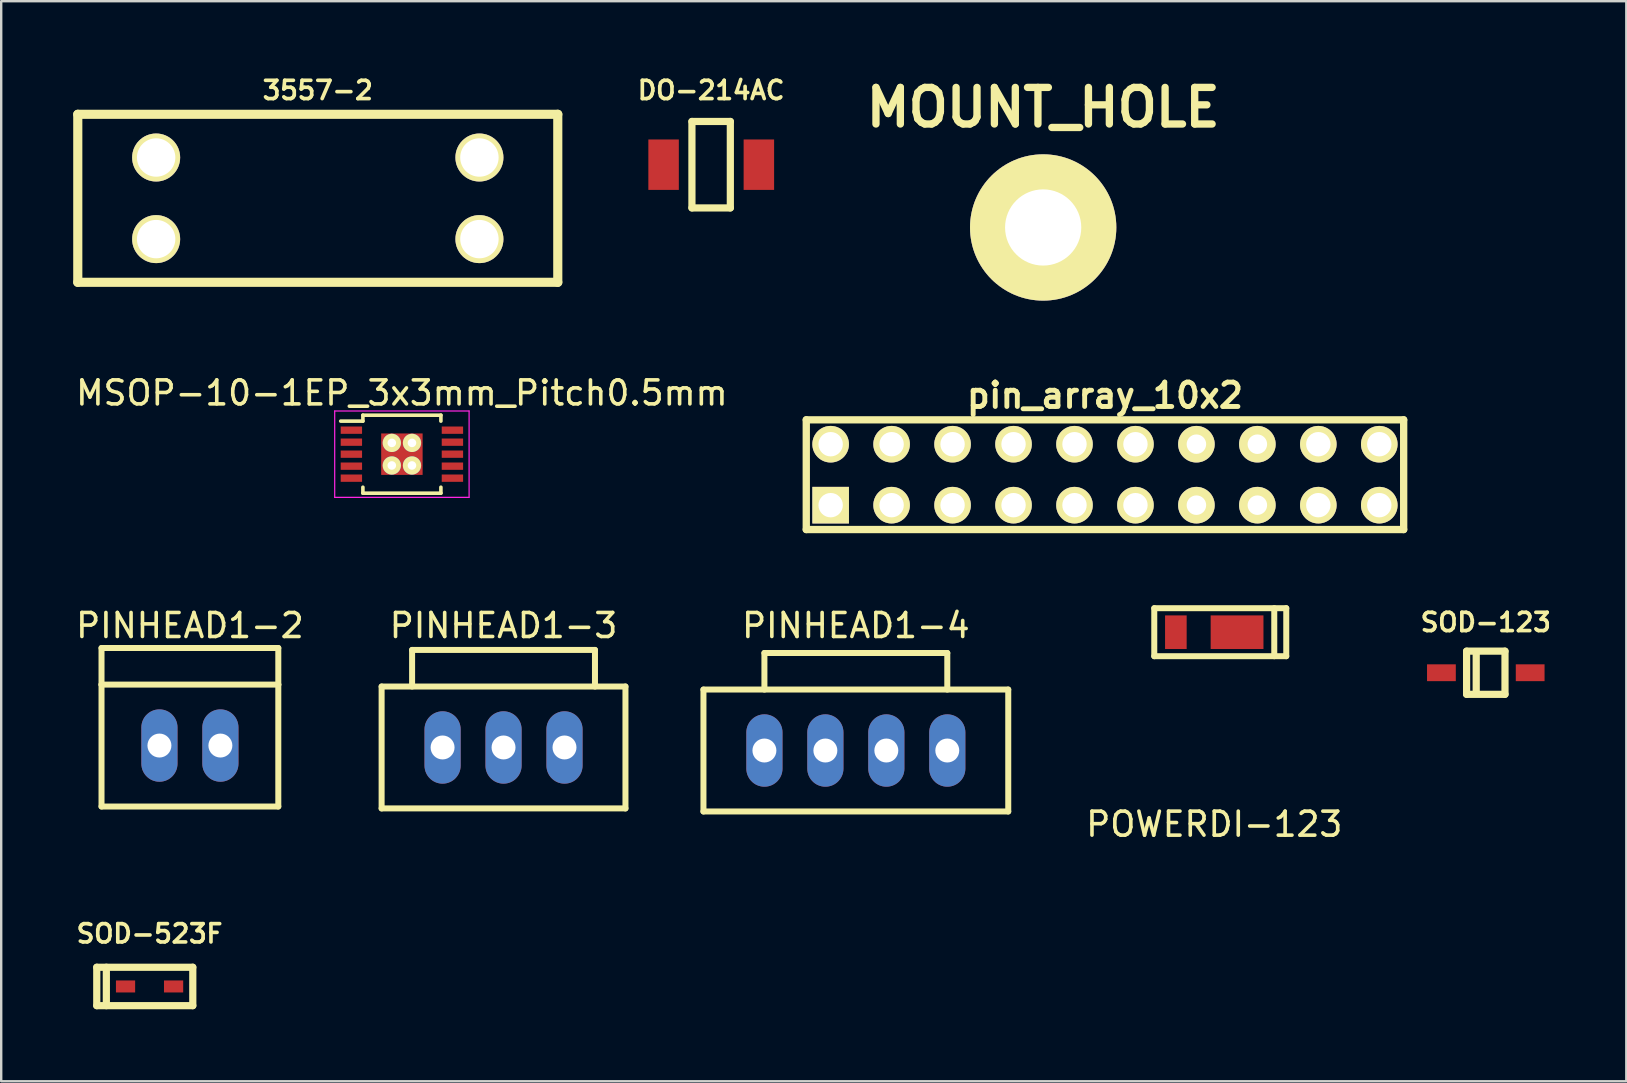
<source format=kicad_pcb>
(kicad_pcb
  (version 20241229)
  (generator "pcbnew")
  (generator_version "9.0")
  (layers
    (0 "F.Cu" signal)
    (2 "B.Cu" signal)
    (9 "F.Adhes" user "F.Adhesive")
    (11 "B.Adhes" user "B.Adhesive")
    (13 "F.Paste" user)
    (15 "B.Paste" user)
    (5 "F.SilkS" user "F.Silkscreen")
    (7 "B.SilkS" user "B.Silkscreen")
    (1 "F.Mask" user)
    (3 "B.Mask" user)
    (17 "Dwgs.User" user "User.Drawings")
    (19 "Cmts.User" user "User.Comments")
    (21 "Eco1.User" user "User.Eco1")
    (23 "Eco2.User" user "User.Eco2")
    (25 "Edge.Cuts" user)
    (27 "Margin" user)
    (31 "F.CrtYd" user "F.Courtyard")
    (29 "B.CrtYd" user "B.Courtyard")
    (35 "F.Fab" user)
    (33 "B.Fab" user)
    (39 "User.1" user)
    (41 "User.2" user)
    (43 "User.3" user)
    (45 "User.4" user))
  (footprint "pin_array_10x2"
    (layer "F.Cu")
    (at 42.991 16.729)
    (property "Reference" "pin_array_10x2" (at 0 -3.302 0) (layer "F.SilkS") (effects (font (size 1.016 1.016) (thickness 0.203))))
    (attr through_hole)
    (fp_line (start -12.446 2.286) (end -12.446 -2.286) (stroke (width 0.305) (type solid)) (layer "F.SilkS"))
    (fp_line (start 12.446 -2.286) (end -12.446 -2.286) (stroke (width 0.305) (type solid)) (layer "F.SilkS"))
    (fp_line (start 12.446 -2.286) (end 12.446 2.286) (stroke (width 0.305) (type solid)) (layer "F.SilkS"))
    (fp_line (start 12.446 2.286) (end -12.446 2.286) (stroke (width 0.305) (type solid)) (layer "F.SilkS"))
    (pad "1" thru_hole rect (at -11.43 1.27) (size 1.524 1.524) (drill 1.016) (layers "*.Cu" "*.Mask" "F.SilkS"))
    (pad "2" thru_hole circle (at -11.43 -1.27) (size 1.524 1.524) (drill 1.016) (layers "*.Cu" "*.Mask" "F.SilkS"))
    (pad "3" thru_hole circle (at -8.89 1.27) (size 1.524 1.524) (drill 1.016) (layers "*.Cu" "*.Mask" "F.SilkS"))
    (pad "4" thru_hole circle (at -8.89 -1.27) (size 1.524 1.524) (drill 1.016) (layers "*.Cu" "*.Mask" "F.SilkS"))
    (pad "5" thru_hole circle (at -6.35 1.27) (size 1.524 1.524) (drill 1.016) (layers "*.Cu" "*.Mask" "F.SilkS"))
    (pad "6" thru_hole circle (at -6.35 -1.27) (size 1.524 1.524) (drill 1.016) (layers "*.Cu" "*.Mask" "F.SilkS"))
    (pad "7" thru_hole circle (at -3.81 1.27) (size 1.524 1.524) (drill 1.016) (layers "*.Cu" "*.Mask" "F.SilkS"))
    (pad "8" thru_hole circle (at -3.81 -1.27) (size 1.524 1.524) (drill 1.016) (layers "*.Cu" "*.Mask" "F.SilkS"))
    (pad "9" thru_hole circle (at -1.27 1.27) (size 1.524 1.524) (drill 1.016) (layers "*.Cu" "*.Mask" "F.SilkS"))
    (pad "10" thru_hole circle (at -1.27 -1.27) (size 1.524 1.524) (drill 1.016) (layers "*.Cu" "*.Mask" "F.SilkS"))
    (pad "11" thru_hole circle (at 1.27 1.27) (size 1.524 1.524) (drill 1.016) (layers "*.Cu" "*.Mask" "F.SilkS"))
    (pad "12" thru_hole circle (at 1.27 -1.27) (size 1.524 1.524) (drill 1.016) (layers "*.Cu" "*.Mask" "F.SilkS"))
    (pad "13" thru_hole circle (at 3.81 1.27) (size 1.524 1.524) (drill 0.813) (layers "*.Cu" "*.Mask" "F.SilkS"))
    (pad "14" thru_hole circle (at 3.81 -1.27) (size 1.524 1.524) (drill 0.813) (layers "*.Cu" "*.Mask" "F.SilkS"))
    (pad "15" thru_hole circle (at 6.35 1.27) (size 1.524 1.524) (drill 0.813) (layers "*.Cu" "*.Mask" "F.SilkS"))
    (pad "16" thru_hole circle (at 6.35 -1.27) (size 1.524 1.524) (drill 0.813) (layers "*.Cu" "*.Mask" "F.SilkS"))
    (pad "17" thru_hole circle (at 8.89 1.27) (size 1.524 1.524) (drill 1.016) (layers "*.Cu" "*.Mask" "F.SilkS"))
    (pad "18" thru_hole circle (at 8.89 -1.27) (size 1.524 1.524) (drill 1.016) (layers "*.Cu" "*.Mask" "F.SilkS"))
    (pad "19" thru_hole circle (at 11.43 1.27) (size 1.524 1.524) (drill 1.016) (layers "*.Cu" "*.Mask" "F.SilkS"))
    (pad "20" thru_hole circle (at 11.43 -1.27) (size 1.524 1.524) (drill 1.016) (layers "*.Cu" "*.Mask" "F.SilkS")))
  (footprint "PINHEAD1-3"
    (layer "F.Cu")
    (at 17.931 28.095)
    (property "Reference" "PINHEAD1-3" (at 0 -5.08 0) (layer "F.SilkS") (effects (font (size 1 1) (thickness 0.15))))
    (attr exclude_from_pos_files exclude_from_bom)
    (fp_line (start -5.08 -2.54) (end -5.08 2.54) (stroke (width 0.25) (type solid)) (layer "F.SilkS"))
    (fp_line (start -5.08 2.54) (end 5.08 2.54) (stroke (width 0.25) (type solid)) (layer "F.SilkS"))
    (fp_line (start -3.81 -4.064) (end 3.81 -4.064) (stroke (width 0.25) (type solid)) (layer "F.SilkS"))
    (fp_line (start -3.81 -2.54) (end -3.81 -4.064) (stroke (width 0.25) (type solid)) (layer "F.SilkS"))
    (fp_line (start 3.81 -4.064) (end 3.81 -2.54) (stroke (width 0.25) (type solid)) (layer "F.SilkS"))
    (fp_line (start 5.08 -2.54) (end -5.08 -2.54) (stroke (width 0.25) (type solid)) (layer "F.SilkS"))
    (fp_line (start 5.08 2.54) (end 5.08 -2.54) (stroke (width 0.25) (type solid)) (layer "F.SilkS"))
    (pad "1" thru_hole oval (at -2.54 0) (size 1.506 3.015) (drill 0.998) (layers "*.Cu" "*.Mask"))
    (pad "2" thru_hole oval (at 0 0) (size 1.506 3.015) (drill 0.998) (layers "*.Cu" "*.Mask"))
    (pad "3" thru_hole oval (at 2.54 0) (size 1.506 3.015) (drill 0.998) (layers "*.Cu" "*.Mask")))
  (footprint "DO-214AC"
    (layer "F.Cu")
    (at 26.581 3.812)
    (property "Reference" "DO-214AC" (at 0 -3.099 0) (layer "F.SilkS") (effects (font (size 0.762 0.762) (thickness 0.152))))
    (attr smd)
    (fp_line (start -0.8 -1.801) (end -0.8 1.801) (stroke (width 0.3) (type solid)) (layer "F.SilkS"))
    (fp_line (start -0.8 1.801) (end 0.8 1.801) (stroke (width 0.3) (type solid)) (layer "F.SilkS"))
    (fp_line (start 0.8 -1.801) (end -0.8 -1.801) (stroke (width 0.3) (type solid)) (layer "F.SilkS"))
    (fp_line (start 0.8 1.801) (end 0.8 -1.801) (stroke (width 0.3) (type solid)) (layer "F.SilkS"))
    (pad "1" smd rect (at -1.981 0) (size 1.27 2.101) (layers "F.Cu" "F.Mask" "F.Paste"))
    (pad "2" smd rect (at 1.989 0) (size 1.27 2.101) (layers "F.Cu" "F.Mask" "F.Paste")))
  (footprint "SOD-123"
    (layer "F.Cu")
    (at 58.859 24.981)
    (property "Reference" "SOD-123" (at 0 -2.101 0) (layer "F.SilkS") (effects (font (size 0.762 0.762) (thickness 0.152))))
    (attr smd)
    (fp_line (start -0.8 -0.899) (end -0.8 0.899) (stroke (width 0.3) (type solid)) (layer "F.SilkS"))
    (fp_line (start -0.8 0.899) (end 0.8 0.899) (stroke (width 0.3) (type solid)) (layer "F.SilkS"))
    (fp_line (start -0.399 -0.8) (end -0.399 0.8) (stroke (width 0.3) (type solid)) (layer "F.SilkS"))
    (fp_line (start 0.8 -0.899) (end -0.8 -0.899) (stroke (width 0.3) (type solid)) (layer "F.SilkS"))
    (fp_line (start 0.8 0.899) (end 0.8 -0.899) (stroke (width 0.3) (type solid)) (layer "F.SilkS"))
    (pad "1" smd rect (at 1.849 0) (size 1.199 0.701) (layers "F.Cu" "F.Mask" "F.Paste"))
    (pad "2" smd rect (at -1.849 0) (size 1.199 0.701) (layers "F.Cu" "F.Mask" "F.Paste")))
  (footprint "MOUNT_HOLE"
    (layer "F.Cu")
    (at 40.416 6.428)
    (property "Reference" "MOUNT_HOLE" (at 0 -5.001 0) (layer "F.SilkS") (effects (font (size 1.524 1.524) (thickness 0.305))))
    (attr through_hole)
    (pad "1" thru_hole circle (at 0 0) (size 6.096 6.096) (drill 3.175) (layers "*.Cu" "*.Mask" "F.SilkS")))
  (footprint "POWERDI-123"
    (layer "F.Cu")
    (at 47.545 23.292)
    (property "Reference" "POWERDI-123" (at 0 8 0) (layer "F.SilkS") (effects (font (size 1 1) (thickness 0.15))))
    (attr through_hole)
    (fp_line (start -2.5 1) (end -2.5 -1) (stroke (width 0.25) (type solid)) (layer "F.SilkS"))
    (fp_line (start -2.5 1) (end 3 1) (stroke (width 0.25) (type solid)) (layer "F.SilkS"))
    (fp_line (start 2.5 1) (end 2.5 -1) (stroke (width 0.25) (type solid)) (layer "F.SilkS"))
    (fp_line (start 3 -1) (end -2.5 -1) (stroke (width 0.25) (type solid)) (layer "F.SilkS"))
    (fp_line (start 3 -1) (end 3 1) (stroke (width 0.25) (type solid)) (layer "F.SilkS"))
    (pad "1" smd rect (at -1.6 0) (size 0.9 1.4) (layers "F.Cu" "F.Mask" "F.Paste"))
    (pad "2" smd rect (at 0.95 0) (size 2.2 1.4) (layers "F.Cu" "F.Mask" "F.Paste")))
  (footprint "PINHEAD1-4"
    (layer "F.Cu")
    (at 32.611 28.222)
    (property "Reference" "PINHEAD1-4" (at 0 -5.207 0) (layer "F.SilkS") (effects (font (size 1 1) (thickness 0.15))))
    (attr exclude_from_pos_files exclude_from_bom)
    (fp_line (start -6.35 -2.54) (end -6.35 2.54) (stroke (width 0.25) (type solid)) (layer "F.SilkS"))
    (fp_line (start -6.35 2.54) (end 6.35 2.54) (stroke (width 0.25) (type solid)) (layer "F.SilkS"))
    (fp_line (start -3.81 -4.064) (end 3.81 -4.064) (stroke (width 0.25) (type solid)) (layer "F.SilkS"))
    (fp_line (start -3.81 -2.54) (end -3.81 -4.064) (stroke (width 0.25) (type solid)) (layer "F.SilkS"))
    (fp_line (start 3.81 -4.064) (end 3.81 -2.54) (stroke (width 0.25) (type solid)) (layer "F.SilkS"))
    (fp_line (start 6.35 -2.54) (end -6.35 -2.54) (stroke (width 0.25) (type solid)) (layer "F.SilkS"))
    (fp_line (start 6.35 2.54) (end 6.35 -2.54) (stroke (width 0.25) (type solid)) (layer "F.SilkS"))
    (pad "1" thru_hole oval (at -3.81 0) (size 1.506 3.015) (drill 0.998) (layers "*.Cu" "*.Mask"))
    (pad "2" thru_hole oval (at -1.27 0) (size 1.506 3.015) (drill 0.998) (layers "*.Cu" "*.Mask"))
    (pad "3" thru_hole oval (at 1.27 0) (size 1.506 3.015) (drill 0.998) (layers "*.Cu" "*.Mask"))
    (pad "4" thru_hole oval (at 3.81 0) (size 1.506 3.015) (drill 0.998) (layers "*.Cu" "*.Mask")))
  (footprint "3557-2"
    (layer "F.Cu")
    (at 10.191 5.213)
    (property "Reference" "3557-2" (at 0 -4.5 0) (layer "F.SilkS") (effects (font (size 0.762 0.762) (thickness 0.152))))
    (attr through_hole)
    (fp_line (start -10 -3.5) (end -10 3.5) (stroke (width 0.381) (type solid)) (layer "F.SilkS"))
    (fp_line (start -10 3.5) (end 10 3.5) (stroke (width 0.381) (type solid)) (layer "F.SilkS"))
    (fp_line (start 10 -3.5) (end -10 -3.5) (stroke (width 0.381) (type solid)) (layer "F.SilkS"))
    (fp_line (start 10 3.5) (end 10 -3.5) (stroke (width 0.381) (type solid)) (layer "F.SilkS"))
    (pad "1" thru_hole circle (at -6.735 -1.7) (size 2 2) (drill 1.6) (layers "*.Cu" "*.Mask" "F.SilkS"))
    (pad "1" thru_hole circle (at -6.735 1.7) (size 2 2) (drill 1.6) (layers "*.Cu" "*.Mask" "F.SilkS"))
    (pad "2" thru_hole circle (at 6.735 -1.7) (size 2 2) (drill 1.6) (layers "*.Cu" "*.Mask" "F.SilkS"))
    (pad "2" thru_hole circle (at 6.735 1.7) (size 2 2) (drill 1.6) (layers "*.Cu" "*.Mask" "F.SilkS")))
  (footprint "SOD-523F"
    (layer "F.Cu")
    (at 3.182 38.053)
    (property "Reference" "SOD-523F" (at 0 -2.2 0) (layer "F.SilkS") (effects (font (size 0.762 0.762) (thickness 0.152))))
    (attr smd)
    (fp_line (start -2.2 -0.8) (end 1.801 -0.8) (stroke (width 0.3) (type solid)) (layer "F.SilkS"))
    (fp_line (start -2.2 0.8) (end -2.2 -0.8) (stroke (width 0.3) (type solid)) (layer "F.SilkS"))
    (fp_line (start -1.801 -0.8) (end -1.801 0.8) (stroke (width 0.3) (type solid)) (layer "F.SilkS"))
    (fp_line (start 1.801 -0.8) (end 1.801 0.8) (stroke (width 0.3) (type solid)) (layer "F.SilkS"))
    (fp_line (start 1.801 0.8) (end -2.2 0.8) (stroke (width 0.3) (type solid)) (layer "F.SilkS"))
    (pad "1" smd rect (at 1.001 0) (size 0.8 0.5) (layers "F.Cu" "F.Mask" "F.Paste"))
    (pad "2" smd rect (at -1.001 0) (size 0.8 0.5) (layers "F.Cu" "F.Mask" "F.Paste")))
  (footprint "MSOP-10-1EP_3x3mm_Pitch0.5mm"
    (layer "F.Cu")
    (at 13.696 15.874)
    (property "Reference" "MSOP-10-1EP_3x3mm_Pitch0.5mm" (at 0 -2.55 0) (layer "F.SilkS") (effects (font (size 1 1) (thickness 0.15))))
    (attr smd)
    (fp_line (start -1.625 -1.625) (end -1.625 -1.377) (stroke (width 0.15) (type solid)) (layer "F.SilkS"))
    (fp_line (start -1.625 -1.625) (end 1.625 -1.625) (stroke (width 0.15) (type solid)) (layer "F.SilkS"))
    (fp_line (start -1.625 -1.377) (end -2.55 -1.377) (stroke (width 0.15) (type solid)) (layer "F.SilkS"))
    (fp_line (start -1.625 1.625) (end -1.625 1.377) (stroke (width 0.15) (type solid)) (layer "F.SilkS"))
    (fp_line (start -1.625 1.625) (end 1.625 1.625) (stroke (width 0.15) (type solid)) (layer "F.SilkS"))
    (fp_line (start 1.625 -1.625) (end 1.625 -1.377) (stroke (width 0.15) (type solid)) (layer "F.SilkS"))
    (fp_line (start 1.625 1.625) (end 1.625 1.377) (stroke (width 0.15) (type solid)) (layer "F.SilkS"))
    (fp_line (start -2.8 -1.8) (end -2.8 1.8) (stroke (width 0.05) (type solid)) (layer "F.CrtYd"))
    (fp_line (start -2.8 -1.8) (end 2.8 -1.8) (stroke (width 0.05) (type solid)) (layer "F.CrtYd"))
    (fp_line (start -2.8 1.8) (end 2.8 1.8) (stroke (width 0.05) (type solid)) (layer "F.CrtYd"))
    (fp_line (start 2.8 -1.8) (end 2.8 1.8) (stroke (width 0.05) (type solid)) (layer "F.CrtYd"))
    (pad "1" smd rect (at -2.105 -1) (size 0.89 0.305) (layers "F.Cu" "F.Mask" "F.Paste"))
    (pad "2" smd rect (at -2.105 -0.5) (size 0.89 0.305) (layers "F.Cu" "F.Mask" "F.Paste"))
    (pad "3" smd rect (at -2.105 0) (size 0.89 0.305) (layers "F.Cu" "F.Mask" "F.Paste"))
    (pad "4" smd rect (at -2.105 0.5) (size 0.89 0.305) (layers "F.Cu" "F.Mask" "F.Paste"))
    (pad "5" smd rect (at -2.105 1) (size 0.89 0.305) (layers "F.Cu" "F.Mask" "F.Paste"))
    (pad "6" smd rect (at 2.105 1) (size 0.89 0.305) (layers "F.Cu" "F.Mask" "F.Paste"))
    (pad "7" smd rect (at 2.105 0.5) (size 0.89 0.305) (layers "F.Cu" "F.Mask" "F.Paste"))
    (pad "8" smd rect (at 2.105 0) (size 0.89 0.305) (layers "F.Cu" "F.Mask" "F.Paste"))
    (pad "9" smd rect (at 2.105 -0.5) (size 0.89 0.305) (layers "F.Cu" "F.Mask" "F.Paste"))
    (pad "10" smd rect (at 2.105 -1) (size 0.89 0.305) (layers "F.Cu" "F.Mask" "F.Paste"))
    (pad "11" thru_hole circle (at -0.42 -0.47) (size 0.762 0.762) (drill 0.356) (layers "*.Cu" "*.Mask" "F.SilkS"))
    (pad "11" thru_hole circle (at -0.42 0.47) (size 0.762 0.762) (drill 0.356) (layers "*.Cu" "*.Mask" "F.SilkS"))
    (pad "11" smd rect (at 0 0) (size 1.727 1.727) (layers "F.Cu" "F.Mask" "F.Paste"))
    (pad "11" thru_hole circle (at 0.42 -0.47) (size 0.762 0.762) (drill 0.356) (layers "*.Cu" "*.Mask" "F.SilkS"))
    (pad "11" thru_hole circle (at 0.42 0.47) (size 0.762 0.762) (drill 0.356) (layers "*.Cu" "*.Mask" "F.SilkS")))
  (footprint "PINHEAD1-2"
    (layer "F.Cu")
    (at 4.863 28.015)
    (property "Reference" "PINHEAD1-2" (at 0 -5 0) (layer "F.SilkS") (effects (font (size 1 1) (thickness 0.15))))
    (attr exclude_from_pos_files exclude_from_bom)
    (fp_line (start -3.683 -4.064) (end 3.683 -4.064) (stroke (width 0.25) (type solid)) (layer "F.SilkS"))
    (fp_line (start -3.683 -2.54) (end -3.683 -4.064) (stroke (width 0.25) (type solid)) (layer "F.SilkS"))
    (fp_line (start -3.683 -2.54) (end -3.683 2.54) (stroke (width 0.25) (type solid)) (layer "F.SilkS"))
    (fp_line (start -3.683 2.54) (end 3.683 2.54) (stroke (width 0.25) (type solid)) (layer "F.SilkS"))
    (fp_line (start 3.683 -4.064) (end 3.683 -2.54) (stroke (width 0.25) (type solid)) (layer "F.SilkS"))
    (fp_line (start 3.683 -2.54) (end -3.683 -2.54) (stroke (width 0.25) (type solid)) (layer "F.SilkS"))
    (fp_line (start 3.683 2.54) (end 3.683 -2.54) (stroke (width 0.25) (type solid)) (layer "F.SilkS"))
    (pad "1" thru_hole oval (at -1.27 0) (size 1.506 3.015) (drill 0.998) (layers "*.Cu" "*.Mask"))
    (pad "2" thru_hole oval (at 1.27 0) (size 1.506 3.015) (drill 0.998) (layers "*.Cu" "*.Mask")))
  (gr_rect
    (start -3 -3)
    (end 64.714 42.003)
    (stroke (width 0.1) (type default))
    (fill no)
    (layer "Edge.Cuts")))
</source>
